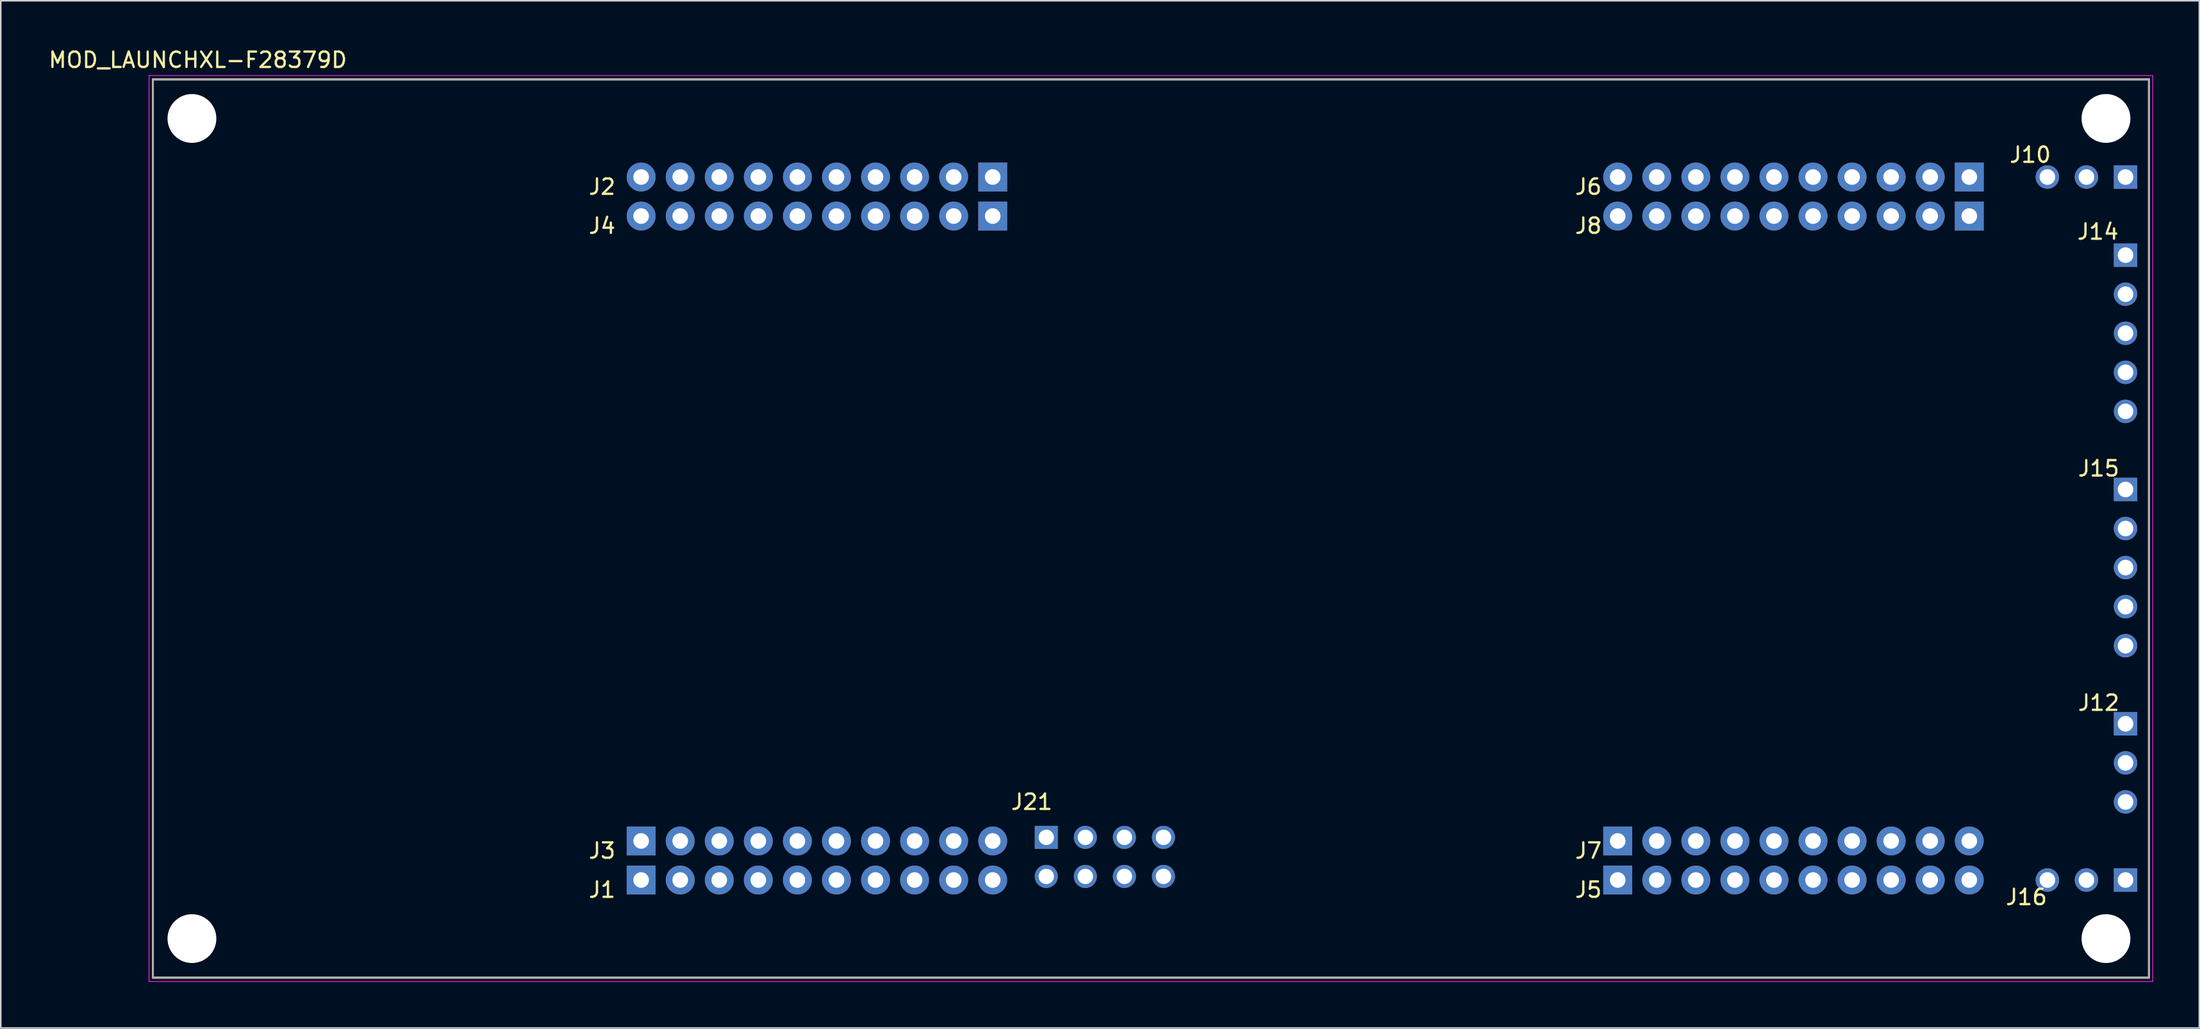
<source format=kicad_pcb>
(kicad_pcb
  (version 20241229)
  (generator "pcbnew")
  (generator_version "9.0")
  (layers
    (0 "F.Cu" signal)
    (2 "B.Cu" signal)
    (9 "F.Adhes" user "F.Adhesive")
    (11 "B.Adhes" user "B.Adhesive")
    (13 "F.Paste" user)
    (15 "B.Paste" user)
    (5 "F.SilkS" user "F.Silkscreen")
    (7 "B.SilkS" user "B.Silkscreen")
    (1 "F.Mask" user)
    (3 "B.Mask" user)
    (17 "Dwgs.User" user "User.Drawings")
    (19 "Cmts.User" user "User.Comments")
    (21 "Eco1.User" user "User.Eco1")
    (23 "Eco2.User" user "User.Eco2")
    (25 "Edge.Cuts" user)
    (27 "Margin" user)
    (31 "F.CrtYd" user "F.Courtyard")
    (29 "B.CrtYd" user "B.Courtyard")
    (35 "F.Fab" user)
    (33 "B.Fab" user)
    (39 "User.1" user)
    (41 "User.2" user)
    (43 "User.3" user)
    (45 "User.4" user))
  (footprint "MOD_LAUNCHXL-F28379D"
    (layer "F.Cu")
    (at 71.787 31.323)
    (property "Reference" "MOD_LAUNCHXL-F28379D" (at -61.972 -30.475 0) (layer "F.SilkS") (effects (font (size 1 1) (thickness 0.15))))
    (attr through_hole)
    (fp_line (start -64.897 -29.21) (end 64.897 -29.21) (stroke (width 0.127) (type solid)) (layer "F.SilkS"))
    (fp_line (start -64.897 29.21) (end -64.897 -29.21) (stroke (width 0.127) (type solid)) (layer "F.SilkS"))
    (fp_line (start 64.897 -29.21) (end 64.897 29.21) (stroke (width 0.127) (type solid)) (layer "F.SilkS"))
    (fp_line (start 64.897 29.21) (end -64.897 29.21) (stroke (width 0.127) (type solid)) (layer "F.SilkS"))
    (fp_line (start -65.147 -29.46) (end 65.147 -29.46) (stroke (width 0.05) (type solid)) (layer "F.CrtYd"))
    (fp_line (start -65.147 29.46) (end -65.147 -29.46) (stroke (width 0.05) (type solid)) (layer "F.CrtYd"))
    (fp_line (start 65.147 -29.46) (end 65.147 29.46) (stroke (width 0.05) (type solid)) (layer "F.CrtYd"))
    (fp_line (start 65.147 29.46) (end -65.147 29.46) (stroke (width 0.05) (type solid)) (layer "F.CrtYd"))
    (fp_line (start -64.897 -29.21) (end 64.897 -29.21) (stroke (width 0.127) (type solid)) (layer "F.Fab"))
    (fp_line (start -64.897 29.21) (end -64.897 -29.21) (stroke (width 0.127) (type solid)) (layer "F.Fab"))
    (fp_line (start 64.897 -29.21) (end 64.897 29.21) (stroke (width 0.127) (type solid)) (layer "F.Fab"))
    (fp_line (start 64.897 29.21) (end -64.897 29.21) (stroke (width 0.127) (type solid)) (layer "F.Fab"))
    (fp_text user "J10" (at 57.178 -24.305 0) (layer "F.SilkS") (effects (font (size 1 1) (thickness 0.15))))
    (fp_text user "J1" (at -35.687 23.495 0) (layer "F.SilkS") (effects (font (size 1 1) (thickness 0.15))))
    (fp_text user "J3" (at -35.687 20.955 0) (layer "F.SilkS") (effects (font (size 1 1) (thickness 0.15))))
    (fp_text user "J5" (at 28.448 23.495 0) (layer "F.SilkS") (effects (font (size 1 1) (thickness 0.15))))
    (fp_text user "J12" (at 61.628 11.335 0) (layer "F.SilkS") (effects (font (size 1 1) (thickness 0.15))))
    (fp_text user "J8" (at 28.448 -19.685 0) (layer "F.SilkS") (effects (font (size 1 1) (thickness 0.15))))
    (fp_text user "J14" (at 61.578 -19.305 0) (layer "F.SilkS") (effects (font (size 1 1) (thickness 0.15))))
    (fp_text user "J4" (at -35.687 -19.685 0) (layer "F.SilkS") (effects (font (size 1 1) (thickness 0.15))))
    (fp_text user "J16" (at 56.928 23.97 0) (layer "F.SilkS") (effects (font (size 1 1) (thickness 0.15))))
    (fp_text user "J7" (at 28.448 20.955 0) (layer "F.SilkS") (effects (font (size 1 1) (thickness 0.15))))
    (fp_text user "J2" (at -35.687 -22.225 0) (layer "F.SilkS") (effects (font (size 1 1) (thickness 0.15))))
    (fp_text user "J21" (at -7.747 17.78 0) (layer "F.SilkS") (effects (font (size 1 1) (thickness 0.15))))
    (fp_text user "J6" (at 28.448 -22.225 0) (layer "F.SilkS") (effects (font (size 1 1) (thickness 0.15))))
    (fp_text user "J15" (at 61.628 -3.905 0) (layer "F.SilkS") (effects (font (size 1 1) (thickness 0.15))))
    (pad "" np_thru_hole circle (at -62.357 -26.67) (size 3.175 3.175) (drill 3.175) (layers "*.Cu" "*.Mask"))
    (pad "" np_thru_hole circle (at -62.357 26.67) (size 3.175 3.175) (drill 3.175) (layers "*.Cu" "*.Mask"))
    (pad "" np_thru_hole circle (at 62.103 -26.67) (size 3.175 3.175) (drill 3.175) (layers "*.Cu" "*.Mask"))
    (pad "" np_thru_hole circle (at 62.103 26.67) (size 3.175 3.175) (drill 3.175) (layers "*.Cu" "*.Mask"))
    (pad "J1_1" thru_hole rect (at -33.147 22.86) (size 1.88 1.88) (drill 1.016) (layers "*.Cu" "*.Mask"))
    (pad "J1_2" thru_hole circle (at -30.607 22.86) (size 1.88 1.88) (drill 1.016) (layers "*.Cu" "*.Mask"))
    (pad "J1_3" thru_hole circle (at -28.067 22.86) (size 1.88 1.88) (drill 1.016) (layers "*.Cu" "*.Mask"))
    (pad "J1_4" thru_hole circle (at -25.527 22.86) (size 1.88 1.88) (drill 1.016) (layers "*.Cu" "*.Mask"))
    (pad "J1_5" thru_hole circle (at -22.987 22.86) (size 1.88 1.88) (drill 1.016) (layers "*.Cu" "*.Mask"))
    (pad "J1_6" thru_hole circle (at -20.447 22.86) (size 1.88 1.88) (drill 1.016) (layers "*.Cu" "*.Mask"))
    (pad "J1_7" thru_hole circle (at -17.907 22.86) (size 1.88 1.88) (drill 1.016) (layers "*.Cu" "*.Mask"))
    (pad "J1_8" thru_hole circle (at -15.367 22.86) (size 1.88 1.88) (drill 1.016) (layers "*.Cu" "*.Mask"))
    (pad "J1_9" thru_hole circle (at -12.827 22.86) (size 1.88 1.88) (drill 1.016) (layers "*.Cu" "*.Mask"))
    (pad "J1_10" thru_hole circle (at -10.287 22.86) (size 1.88 1.88) (drill 1.016) (layers "*.Cu" "*.Mask"))
    (pad "J2_1" thru_hole rect (at -10.287 -22.86) (size 1.88 1.88) (drill 1.016) (layers "*.Cu" "*.Mask"))
    (pad "J2_2" thru_hole circle (at -12.827 -22.86) (size 1.88 1.88) (drill 1.016) (layers "*.Cu" "*.Mask"))
    (pad "J2_3" thru_hole circle (at -15.367 -22.86) (size 1.88 1.88) (drill 1.016) (layers "*.Cu" "*.Mask"))
    (pad "J2_4" thru_hole circle (at -17.907 -22.86) (size 1.88 1.88) (drill 1.016) (layers "*.Cu" "*.Mask"))
    (pad "J2_5" thru_hole circle (at -20.447 -22.86) (size 1.88 1.88) (drill 1.016) (layers "*.Cu" "*.Mask"))
    (pad "J2_6" thru_hole circle (at -22.987 -22.86) (size 1.88 1.88) (drill 1.016) (layers "*.Cu" "*.Mask"))
    (pad "J2_7" thru_hole circle (at -25.527 -22.86) (size 1.88 1.88) (drill 1.016) (layers "*.Cu" "*.Mask"))
    (pad "J2_8" thru_hole circle (at -28.067 -22.86) (size 1.88 1.88) (drill 1.016) (layers "*.Cu" "*.Mask"))
    (pad "J2_9" thru_hole circle (at -30.607 -22.86) (size 1.88 1.88) (drill 1.016) (layers "*.Cu" "*.Mask"))
    (pad "J2_10" thru_hole circle (at -33.147 -22.86) (size 1.88 1.88) (drill 1.016) (layers "*.Cu" "*.Mask"))
    (pad "J3_1" thru_hole rect (at -33.147 20.32) (size 1.88 1.88) (drill 1.016) (layers "*.Cu" "*.Mask"))
    (pad "J3_2" thru_hole circle (at -30.607 20.32) (size 1.88 1.88) (drill 1.016) (layers "*.Cu" "*.Mask"))
    (pad "J3_3" thru_hole circle (at -28.067 20.32) (size 1.88 1.88) (drill 1.016) (layers "*.Cu" "*.Mask"))
    (pad "J3_4" thru_hole circle (at -25.527 20.32) (size 1.88 1.88) (drill 1.016) (layers "*.Cu" "*.Mask"))
    (pad "J3_5" thru_hole circle (at -22.987 20.32) (size 1.88 1.88) (drill 1.016) (layers "*.Cu" "*.Mask"))
    (pad "J3_6" thru_hole circle (at -20.447 20.32) (size 1.88 1.88) (drill 1.016) (layers "*.Cu" "*.Mask"))
    (pad "J3_7" thru_hole circle (at -17.907 20.32) (size 1.88 1.88) (drill 1.016) (layers "*.Cu" "*.Mask"))
    (pad "J3_8" thru_hole circle (at -15.367 20.32) (size 1.88 1.88) (drill 1.016) (layers "*.Cu" "*.Mask"))
    (pad "J3_9" thru_hole circle (at -12.827 20.32) (size 1.88 1.88) (drill 1.016) (layers "*.Cu" "*.Mask"))
    (pad "J3_10" thru_hole circle (at -10.287 20.32) (size 1.88 1.88) (drill 1.016) (layers "*.Cu" "*.Mask"))
    (pad "J4_1" thru_hole rect (at -10.287 -20.32) (size 1.88 1.88) (drill 1.016) (layers "*.Cu" "*.Mask"))
    (pad "J4_2" thru_hole circle (at -12.827 -20.32) (size 1.88 1.88) (drill 1.016) (layers "*.Cu" "*.Mask"))
    (pad "J4_3" thru_hole circle (at -15.367 -20.32) (size 1.88 1.88) (drill 1.016) (layers "*.Cu" "*.Mask"))
    (pad "J4_4" thru_hole circle (at -17.907 -20.32) (size 1.88 1.88) (drill 1.016) (layers "*.Cu" "*.Mask"))
    (pad "J4_5" thru_hole circle (at -20.447 -20.32) (size 1.88 1.88) (drill 1.016) (layers "*.Cu" "*.Mask"))
    (pad "J4_6" thru_hole circle (at -22.987 -20.32) (size 1.88 1.88) (drill 1.016) (layers "*.Cu" "*.Mask"))
    (pad "J4_7" thru_hole circle (at -25.527 -20.32) (size 1.88 1.88) (drill 1.016) (layers "*.Cu" "*.Mask"))
    (pad "J4_8" thru_hole circle (at -28.067 -20.32) (size 1.88 1.88) (drill 1.016) (layers "*.Cu" "*.Mask"))
    (pad "J4_9" thru_hole circle (at -30.607 -20.32) (size 1.88 1.88) (drill 1.016) (layers "*.Cu" "*.Mask"))
    (pad "J4_10" thru_hole circle (at -33.147 -20.32) (size 1.88 1.88) (drill 1.016) (layers "*.Cu" "*.Mask"))
    (pad "J5_1" thru_hole rect (at 30.353 22.86) (size 1.88 1.88) (drill 1.016) (layers "*.Cu" "*.Mask"))
    (pad "J5_2" thru_hole circle (at 32.893 22.86) (size 1.88 1.88) (drill 1.016) (layers "*.Cu" "*.Mask"))
    (pad "J5_3" thru_hole circle (at 35.433 22.86) (size 1.88 1.88) (drill 1.016) (layers "*.Cu" "*.Mask"))
    (pad "J5_4" thru_hole circle (at 37.973 22.86) (size 1.88 1.88) (drill 1.016) (layers "*.Cu" "*.Mask"))
    (pad "J5_5" thru_hole circle (at 40.513 22.86) (size 1.88 1.88) (drill 1.016) (layers "*.Cu" "*.Mask"))
    (pad "J5_6" thru_hole circle (at 43.053 22.86) (size 1.88 1.88) (drill 1.016) (layers "*.Cu" "*.Mask"))
    (pad "J5_7" thru_hole circle (at 45.593 22.86) (size 1.88 1.88) (drill 1.016) (layers "*.Cu" "*.Mask"))
    (pad "J5_8" thru_hole circle (at 48.133 22.86) (size 1.88 1.88) (drill 1.016) (layers "*.Cu" "*.Mask"))
    (pad "J5_9" thru_hole circle (at 50.673 22.86) (size 1.88 1.88) (drill 1.016) (layers "*.Cu" "*.Mask"))
    (pad "J5_10" thru_hole circle (at 53.213 22.86) (size 1.88 1.88) (drill 1.016) (layers "*.Cu" "*.Mask"))
    (pad "J6_1" thru_hole rect (at 53.213 -22.86) (size 1.88 1.88) (drill 1.016) (layers "*.Cu" "*.Mask"))
    (pad "J6_2" thru_hole circle (at 50.673 -22.86) (size 1.88 1.88) (drill 1.016) (layers "*.Cu" "*.Mask"))
    (pad "J6_3" thru_hole circle (at 48.133 -22.86) (size 1.88 1.88) (drill 1.016) (layers "*.Cu" "*.Mask"))
    (pad "J6_4" thru_hole circle (at 45.593 -22.86) (size 1.88 1.88) (drill 1.016) (layers "*.Cu" "*.Mask"))
    (pad "J6_5" thru_hole circle (at 43.053 -22.86) (size 1.88 1.88) (drill 1.016) (layers "*.Cu" "*.Mask"))
    (pad "J6_6" thru_hole circle (at 40.513 -22.86) (size 1.88 1.88) (drill 1.016) (layers "*.Cu" "*.Mask"))
    (pad "J6_7" thru_hole circle (at 37.973 -22.86) (size 1.88 1.88) (drill 1.016) (layers "*.Cu" "*.Mask"))
    (pad "J6_8" thru_hole circle (at 35.433 -22.86) (size 1.88 1.88) (drill 1.016) (layers "*.Cu" "*.Mask"))
    (pad "J6_9" thru_hole circle (at 32.893 -22.86) (size 1.88 1.88) (drill 1.016) (layers "*.Cu" "*.Mask"))
    (pad "J6_10" thru_hole circle (at 30.353 -22.86) (size 1.88 1.88) (drill 1.016) (layers "*.Cu" "*.Mask"))
    (pad "J7_1" thru_hole rect (at 30.353 20.32) (size 1.88 1.88) (drill 1.016) (layers "*.Cu" "*.Mask"))
    (pad "J7_2" thru_hole circle (at 32.893 20.32) (size 1.88 1.88) (drill 1.016) (layers "*.Cu" "*.Mask"))
    (pad "J7_3" thru_hole circle (at 35.433 20.32) (size 1.88 1.88) (drill 1.016) (layers "*.Cu" "*.Mask"))
    (pad "J7_4" thru_hole circle (at 37.973 20.32) (size 1.88 1.88) (drill 1.016) (layers "*.Cu" "*.Mask"))
    (pad "J7_5" thru_hole circle (at 40.513 20.32) (size 1.88 1.88) (drill 1.016) (layers "*.Cu" "*.Mask"))
    (pad "J7_6" thru_hole circle (at 43.053 20.32) (size 1.88 1.88) (drill 1.016) (layers "*.Cu" "*.Mask"))
    (pad "J7_7" thru_hole circle (at 45.593 20.32) (size 1.88 1.88) (drill 1.016) (layers "*.Cu" "*.Mask"))
    (pad "J7_8" thru_hole circle (at 48.133 20.32) (size 1.88 1.88) (drill 1.016) (layers "*.Cu" "*.Mask"))
    (pad "J7_9" thru_hole circle (at 50.673 20.32) (size 1.88 1.88) (drill 1.016) (layers "*.Cu" "*.Mask"))
    (pad "J7_10" thru_hole circle (at 53.213 20.32) (size 1.88 1.88) (drill 1.016) (layers "*.Cu" "*.Mask"))
    (pad "J8_1" thru_hole rect (at 53.213 -20.32) (size 1.88 1.88) (drill 1.016) (layers "*.Cu" "*.Mask"))
    (pad "J8_2" thru_hole circle (at 50.673 -20.32) (size 1.88 1.88) (drill 1.016) (layers "*.Cu" "*.Mask"))
    (pad "J8_3" thru_hole circle (at 48.133 -20.32) (size 1.88 1.88) (drill 1.016) (layers "*.Cu" "*.Mask"))
    (pad "J8_4" thru_hole circle (at 45.593 -20.32) (size 1.88 1.88) (drill 1.016) (layers "*.Cu" "*.Mask"))
    (pad "J8_5" thru_hole circle (at 43.053 -20.32) (size 1.88 1.88) (drill 1.016) (layers "*.Cu" "*.Mask"))
    (pad "J8_6" thru_hole circle (at 40.513 -20.32) (size 1.88 1.88) (drill 1.016) (layers "*.Cu" "*.Mask"))
    (pad "J8_7" thru_hole circle (at 37.973 -20.32) (size 1.88 1.88) (drill 1.016) (layers "*.Cu" "*.Mask"))
    (pad "J8_8" thru_hole circle (at 35.433 -20.32) (size 1.88 1.88) (drill 1.016) (layers "*.Cu" "*.Mask"))
    (pad "J8_9" thru_hole circle (at 32.893 -20.32) (size 1.88 1.88) (drill 1.016) (layers "*.Cu" "*.Mask"))
    (pad "J8_10" thru_hole circle (at 30.353 -20.32) (size 1.88 1.88) (drill 1.016) (layers "*.Cu" "*.Mask"))
    (pad "J10_1" thru_hole rect (at 63.373 -22.86) (size 1.524 1.524) (drill 1.016) (layers "*.Cu" "*.Mask"))
    (pad "J10_2" thru_hole circle (at 60.833 -22.86) (size 1.524 1.524) (drill 1.016) (layers "*.Cu" "*.Mask"))
    (pad "J10_3" thru_hole circle (at 58.293 -22.86) (size 1.524 1.524) (drill 1.016) (layers "*.Cu" "*.Mask"))
    (pad "J12_1" thru_hole rect (at 63.373 12.7) (size 1.524 1.524) (drill 1.016) (layers "*.Cu" "*.Mask"))
    (pad "J12_2" thru_hole circle (at 63.373 15.24) (size 1.524 1.524) (drill 1.016) (layers "*.Cu" "*.Mask"))
    (pad "J12_3" thru_hole circle (at 63.373 17.78) (size 1.524 1.524) (drill 1.016) (layers "*.Cu" "*.Mask"))
    (pad "J14_1" thru_hole rect (at 63.373 -17.78) (size 1.524 1.524) (drill 1.016) (layers "*.Cu" "*.Mask"))
    (pad "J14_2" thru_hole circle (at 63.373 -15.24) (size 1.524 1.524) (drill 1.016) (layers "*.Cu" "*.Mask"))
    (pad "J14_3" thru_hole circle (at 63.373 -12.7) (size 1.524 1.524) (drill 1.016) (layers "*.Cu" "*.Mask"))
    (pad "J14_4" thru_hole circle (at 63.373 -10.16) (size 1.524 1.524) (drill 1.016) (layers "*.Cu" "*.Mask"))
    (pad "J14_5" thru_hole circle (at 63.373 -7.62) (size 1.524 1.524) (drill 1.016) (layers "*.Cu" "*.Mask"))
    (pad "J15_1" thru_hole rect (at 63.373 -2.54) (size 1.524 1.524) (drill 1.016) (layers "*.Cu" "*.Mask"))
    (pad "J15_2" thru_hole circle (at 63.373 0) (size 1.524 1.524) (drill 1.016) (layers "*.Cu" "*.Mask"))
    (pad "J15_3" thru_hole circle (at 63.373 2.54) (size 1.524 1.524) (drill 1.016) (layers "*.Cu" "*.Mask"))
    (pad "J15_4" thru_hole circle (at 63.373 5.08) (size 1.524 1.524) (drill 1.016) (layers "*.Cu" "*.Mask"))
    (pad "J15_5" thru_hole circle (at 63.373 7.62) (size 1.524 1.524) (drill 1.016) (layers "*.Cu" "*.Mask"))
    (pad "J16_1" thru_hole rect (at 63.373 22.86) (size 1.524 1.524) (drill 1.016) (layers "*.Cu" "*.Mask"))
    (pad "J16_2" thru_hole circle (at 60.833 22.86) (size 1.524 1.524) (drill 1.016) (layers "*.Cu" "*.Mask"))
    (pad "J16_3" thru_hole circle (at 58.293 22.86) (size 1.524 1.524) (drill 1.016) (layers "*.Cu" "*.Mask"))
    (pad "J21_1" thru_hole rect (at -6.803 20.086) (size 1.5 1.5) (drill 1) (layers "*.Cu" "*.Mask"))
    (pad "J21_2" thru_hole circle (at -6.803 22.626) (size 1.5 1.5) (drill 1) (layers "*.Cu" "*.Mask"))
    (pad "J21_3" thru_hole circle (at -4.263 20.086) (size 1.5 1.5) (drill 1) (layers "*.Cu" "*.Mask"))
    (pad "J21_4" thru_hole circle (at -4.263 22.626) (size 1.5 1.5) (drill 1) (layers "*.Cu" "*.Mask"))
    (pad "J21_5" thru_hole circle (at -1.723 20.086) (size 1.5 1.5) (drill 1) (layers "*.Cu" "*.Mask"))
    (pad "J21_6" thru_hole circle (at -1.723 22.626) (size 1.5 1.5) (drill 1) (layers "*.Cu" "*.Mask"))
    (pad "J21_7" thru_hole circle (at 0.817 20.086) (size 1.5 1.5) (drill 1) (layers "*.Cu" "*.Mask"))
    (pad "J21_8" thru_hole circle (at 0.817 22.626) (size 1.5 1.5) (drill 1) (layers "*.Cu" "*.Mask")))
  (gr_rect
    (start -3 -3)
    (end 139.959 63.808)
    (stroke (width 0.1) (type default))
    (fill no)
    (layer "Edge.Cuts")))
</source>
